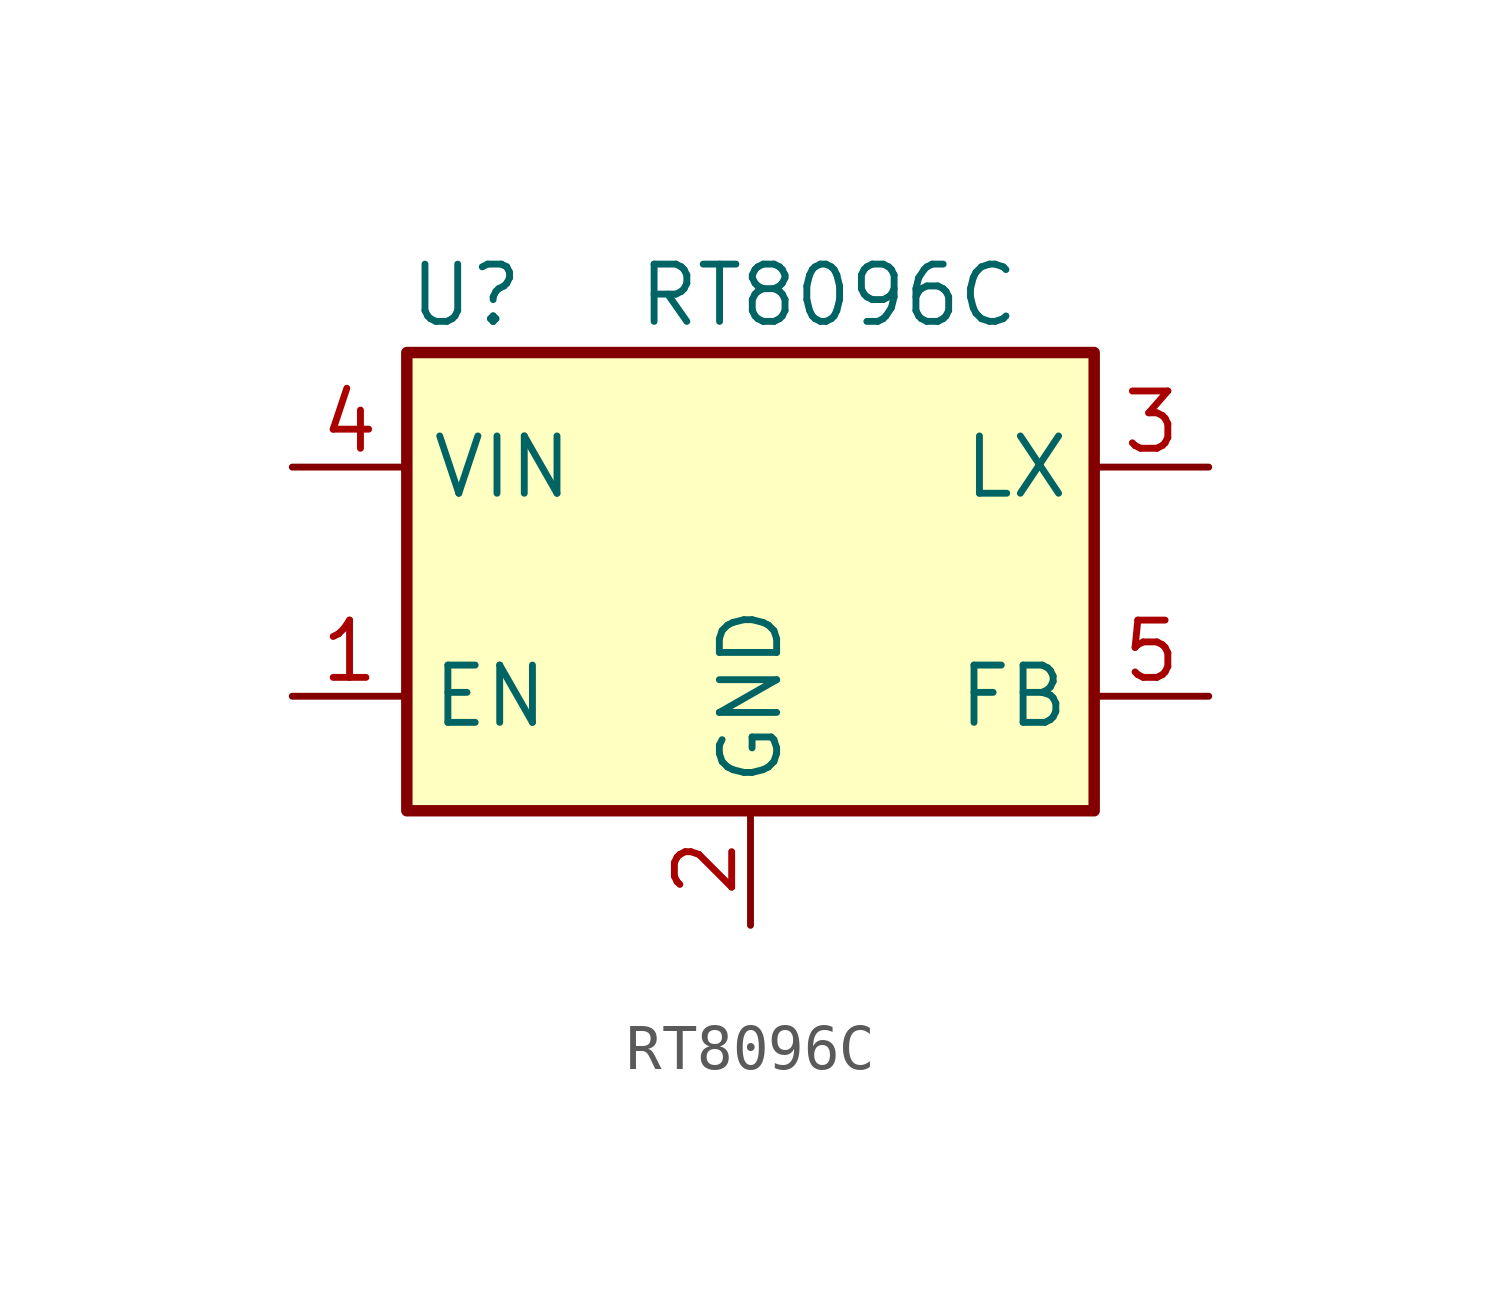
<source format=kicad_sym>
(kicad_symbol_lib
  (version 20211014)
  (generator kicad_symbol_editor)
  (symbol "RT8096C"
    (property "Reference" "U"
      (at -7.62 6.35 0)
      (effects (font (size 1.27 1.27)) (justify left)))
    (property "Value" "RT8096C"
      (at -2.54 6.35 0)
      (effects (font (size 1.27 1.27)) (justify left)))
    (symbol "RT8096C_0_1"
      (rectangle (start -7.62 5.08) (end 7.62 -5.08) (stroke (width 0.254) (type default) (color 0 0 0 0)) (fill (type background))))
    (symbol "RT8096C_1_1"
      (pin input line (at -10.16 -2.54 0) (length 2.54) (name "EN" (effects (font (size 1.27 1.27)))) (number "1" (effects (font (size 1.27 1.27)))))
      (pin power_in line (at 0 -7.62 90) (length 2.54) (name "GND" (effects (font (size 1.27 1.27)))) (number "2" (effects (font (size 1.27 1.27)))))
      (pin power_out line (at 10.16 2.54 180) (length 2.54) (name "LX" (effects (font (size 1.27 1.27)))) (number "3" (effects (font (size 1.27 1.27)))))
      (pin power_in line (at -10.16 2.54 0) (length 2.54) (name "VIN" (effects (font (size 1.27 1.27)))) (number "4" (effects (font (size 1.27 1.27)))))
      (pin input line (at 10.16 -2.54 180) (length 2.54) (name "FB" (effects (font (size 1.27 1.27)))) (number "5" (effects (font (size 1.27 1.27))))))))
</source>
